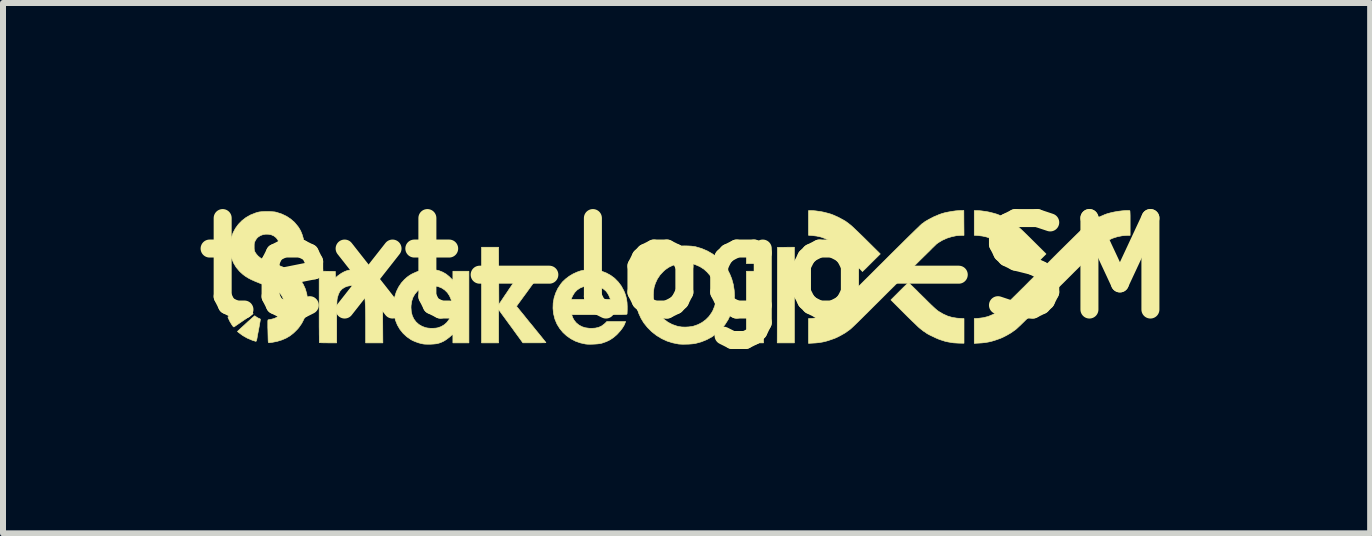
<source format=kicad_pcb>
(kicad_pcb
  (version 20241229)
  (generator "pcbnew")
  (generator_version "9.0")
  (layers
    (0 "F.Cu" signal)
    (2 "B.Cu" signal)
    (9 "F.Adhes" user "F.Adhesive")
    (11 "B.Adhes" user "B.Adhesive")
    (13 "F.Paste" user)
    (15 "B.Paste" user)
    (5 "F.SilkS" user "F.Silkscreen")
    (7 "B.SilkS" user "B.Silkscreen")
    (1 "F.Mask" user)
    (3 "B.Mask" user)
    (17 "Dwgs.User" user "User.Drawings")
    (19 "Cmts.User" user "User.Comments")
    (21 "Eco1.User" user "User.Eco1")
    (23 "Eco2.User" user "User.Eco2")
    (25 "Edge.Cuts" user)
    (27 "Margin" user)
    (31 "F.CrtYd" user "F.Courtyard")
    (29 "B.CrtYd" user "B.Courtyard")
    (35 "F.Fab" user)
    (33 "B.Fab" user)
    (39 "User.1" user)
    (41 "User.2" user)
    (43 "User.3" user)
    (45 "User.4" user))
  (footprint "text-logo-SM"
    (layer "F.Cu")
    (at 8.389 1.418)
    (property "Reference" "text-logo-SM" (at 0 0 0) (layer "F.SilkS") (effects (font (size 1.524 1.524) (thickness 0.3))))
    (attr through_hole)
    (fp_poly (pts (xy 1.283 1.245) (xy 0.997 1.245) (xy 0.997 0.051) (xy 1.283 0.051) (xy 1.283 1.245)) (stroke (width 0.01) (type solid)) (fill yes) (layer "F.SilkS"))
    (fp_poly (pts (xy 1.283 -0.076) (xy 0.997 -0.076) (xy 0.998 -0.211) (xy 1 -0.346) (xy 1.141 -0.348) (xy 1.283 -0.349) (xy 1.283 -0.076)) (stroke (width 0.01) (type solid)) (fill yes) (layer "F.SilkS"))
    (fp_poly (pts (xy 1.797 1.245) (xy 1.511 1.245) (xy 1.513 0.449) (xy 1.514 -0.346) (xy 1.656 -0.348) (xy 1.797 -0.349) (xy 1.797 1.245)) (stroke (width 0.01) (type solid)) (fill yes) (layer "F.SilkS"))
    (fp_poly (pts (xy -7.269 0.621) (xy -7.268 0.636) (xy -7.267 0.645) (xy -7.267 0.646) (xy -7.274 0.648) (xy -7.289 0.651) (xy -7.3 0.654) (xy -7.324 0.659) (xy -7.352 0.665) (xy -7.372 0.669) (xy -7.431 0.682) (xy -7.479 0.692) (xy -7.518 0.701) (xy -7.548 0.708) (xy -7.573 0.713) (xy -7.592 0.718) (xy -7.605 0.721) (xy -7.633 0.727) (xy -7.65 0.73) (xy -7.66 0.728) (xy -7.665 0.724) (xy -7.667 0.719) (xy -7.671 0.701) (xy -7.676 0.676) (xy -7.68 0.65) (xy -7.683 0.627) (xy -7.684 0.615) (xy -7.684 0.597) (xy -7.272 0.597) (xy -7.269 0.621)) (stroke (width 0.01) (type solid)) (fill yes) (layer "F.SilkS"))
    (fp_poly (pts (xy -7.259 0.697) (xy -7.252 0.702) (xy -7.245 0.711) (xy -7.238 0.726) (xy -7.238 0.726) (xy -7.222 0.76) (xy -7.378 0.868) (xy -7.418 0.895) (xy -7.454 0.92) (xy -7.486 0.942) (xy -7.512 0.96) (xy -7.53 0.973) (xy -7.54 0.979) (xy -7.541 0.98) (xy -7.548 0.977) (xy -7.56 0.965) (xy -7.575 0.944) (xy -7.577 0.941) (xy -7.61 0.886) (xy -7.634 0.835) (xy -7.638 0.825) (xy -7.641 0.817) (xy -7.64 0.812) (xy -7.633 0.807) (xy -7.619 0.801) (xy -7.596 0.794) (xy -7.586 0.791) (xy -7.559 0.783) (xy -7.535 0.776) (xy -7.517 0.77) (xy -7.512 0.768) (xy -7.498 0.764) (xy -7.477 0.757) (xy -7.452 0.75) (xy -7.449 0.749) (xy -7.419 0.74) (xy -7.384 0.729) (xy -7.35 0.719) (xy -7.346 0.717) (xy -7.311 0.706) (xy -7.287 0.699) (xy -7.27 0.696) (xy -7.259 0.697)) (stroke (width 0.01) (type solid)) (fill yes) (layer "F.SilkS"))
    (fp_poly (pts (xy -7.169 0.812) (xy -7.149 0.825) (xy -7.128 0.836) (xy -7.121 0.838) (xy -7.107 0.844) (xy -7.101 0.852) (xy -7.102 0.866) (xy -7.103 0.869) (xy -7.106 0.891) (xy -7.112 0.922) (xy -7.118 0.959) (xy -7.125 0.997) (xy -7.132 1.034) (xy -7.134 1.045) (xy -7.139 1.071) (xy -7.146 1.105) (xy -7.152 1.139) (xy -7.154 1.154) (xy -7.16 1.185) (xy -7.165 1.205) (xy -7.17 1.216) (xy -7.175 1.219) (xy -7.186 1.217) (xy -7.204 1.211) (xy -7.228 1.204) (xy -7.236 1.201) (xy -7.319 1.166) (xy -7.396 1.122) (xy -7.461 1.074) (xy -7.483 1.055) (xy -7.468 1.04) (xy -7.451 1.024) (xy -7.428 1.002) (xy -7.4 0.977) (xy -7.37 0.95) (xy -7.339 0.921) (xy -7.308 0.892) (xy -7.278 0.866) (xy -7.252 0.842) (xy -7.232 0.824) (xy -7.217 0.811) (xy -7.212 0.807) (xy -7.195 0.793) (xy -7.169 0.812)) (stroke (width 0.01) (type solid)) (fill yes) (layer "F.SilkS"))
    (fp_poly (pts (xy 2.081 -0.959) (xy 2.112 -0.958) (xy 2.144 -0.955) (xy 2.169 -0.952) (xy 2.194 -0.948) (xy 2.219 -0.945) (xy 2.232 -0.943) (xy 2.249 -0.94) (xy 2.275 -0.935) (xy 2.307 -0.927) (xy 2.34 -0.919) (xy 2.372 -0.91) (xy 2.397 -0.903) (xy 2.425 -0.893) (xy 2.46 -0.879) (xy 2.499 -0.861) (xy 2.518 -0.853) (xy 2.534 -0.845) (xy 2.557 -0.833) (xy 2.582 -0.819) (xy 2.607 -0.806) (xy 2.629 -0.793) (xy 2.645 -0.784) (xy 2.651 -0.78) (xy 2.659 -0.774) (xy 2.674 -0.763) (xy 2.695 -0.748) (xy 2.711 -0.735) (xy 2.729 -0.721) (xy 2.756 -0.698) (xy 2.789 -0.667) (xy 2.829 -0.629) (xy 2.875 -0.585) (xy 2.927 -0.535) (xy 2.983 -0.48) (xy 2.997 -0.466) (xy 3.228 -0.237) (xy 3.08 -0.09) (xy 3.045 -0.055) (xy 3.012 -0.022) (xy 2.984 0.006) (xy 2.96 0.029) (xy 2.943 0.045) (xy 2.933 0.055) (xy 2.931 0.057) (xy 2.927 0.052) (xy 2.914 0.039) (xy 2.895 0.019) (xy 2.869 -0.007) (xy 2.837 -0.039) (xy 2.802 -0.075) (xy 2.762 -0.115) (xy 2.724 -0.153) (xy 2.667 -0.211) (xy 2.617 -0.26) (xy 2.575 -0.302) (xy 2.538 -0.338) (xy 2.506 -0.367) (xy 2.477 -0.391) (xy 2.452 -0.412) (xy 2.428 -0.429) (xy 2.406 -0.444) (xy 2.383 -0.457) (xy 2.368 -0.466) (xy 2.3 -0.497) (xy 2.235 -0.52) (xy 2.166 -0.535) (xy 2.091 -0.544) (xy 2.088 -0.544) (xy 2.032 -0.548) (xy 2.032 -0.959) (xy 2.081 -0.959)) (stroke (width 0.01) (type solid)) (fill yes) (layer "F.SilkS"))
    (fp_poly (pts (xy 4.843 -0.959) (xy 4.874 -0.958) (xy 4.906 -0.955) (xy 4.931 -0.952) (xy 4.957 -0.948) (xy 4.982 -0.945) (xy 4.994 -0.943) (xy 5.011 -0.94) (xy 5.037 -0.935) (xy 5.069 -0.927) (xy 5.102 -0.919) (xy 5.134 -0.91) (xy 5.159 -0.903) (xy 5.187 -0.893) (xy 5.222 -0.879) (xy 5.262 -0.861) (xy 5.28 -0.853) (xy 5.297 -0.845) (xy 5.319 -0.833) (xy 5.344 -0.819) (xy 5.37 -0.806) (xy 5.391 -0.793) (xy 5.407 -0.784) (xy 5.413 -0.78) (xy 5.421 -0.774) (xy 5.436 -0.763) (xy 5.457 -0.748) (xy 5.474 -0.735) (xy 5.492 -0.721) (xy 5.518 -0.698) (xy 5.551 -0.667) (xy 5.592 -0.629) (xy 5.638 -0.585) (xy 5.689 -0.535) (xy 5.745 -0.48) (xy 5.759 -0.466) (xy 5.99 -0.237) (xy 5.842 -0.09) (xy 5.807 -0.055) (xy 5.774 -0.022) (xy 5.746 0.006) (xy 5.723 0.029) (xy 5.706 0.045) (xy 5.696 0.055) (xy 5.694 0.057) (xy 5.689 0.052) (xy 5.677 0.039) (xy 5.657 0.019) (xy 5.631 -0.007) (xy 5.6 -0.039) (xy 5.564 -0.075) (xy 5.524 -0.115) (xy 5.486 -0.153) (xy 5.429 -0.211) (xy 5.38 -0.26) (xy 5.337 -0.302) (xy 5.3 -0.338) (xy 5.268 -0.367) (xy 5.24 -0.391) (xy 5.214 -0.412) (xy 5.191 -0.429) (xy 5.168 -0.444) (xy 5.145 -0.457) (xy 5.13 -0.466) (xy 5.063 -0.497) (xy 4.997 -0.52) (xy 4.929 -0.535) (xy 4.853 -0.544) (xy 4.85 -0.544) (xy 4.794 -0.548) (xy 4.794 -0.959) (xy 4.843 -0.959)) (stroke (width 0.01) (type solid)) (fill yes) (layer "F.SilkS"))
    (fp_poly (pts (xy 3.703 0.246) (xy 3.717 0.258) (xy 3.737 0.278) (xy 3.764 0.304) (xy 3.797 0.336) (xy 3.834 0.372) (xy 3.874 0.413) (xy 3.918 0.456) (xy 3.924 0.462) (xy 3.981 0.518) (xy 4.029 0.566) (xy 4.071 0.607) (xy 4.106 0.64) (xy 4.135 0.667) (xy 4.159 0.688) (xy 4.179 0.705) (xy 4.196 0.717) (xy 4.198 0.719) (xy 4.273 0.763) (xy 4.347 0.797) (xy 4.424 0.82) (xy 4.505 0.833) (xy 4.545 0.836) (xy 4.623 0.84) (xy 4.623 1.251) (xy 4.561 1.25) (xy 4.527 1.249) (xy 4.493 1.247) (xy 4.462 1.245) (xy 4.455 1.245) (xy 4.425 1.241) (xy 4.391 1.235) (xy 4.356 1.229) (xy 4.324 1.222) (xy 4.299 1.216) (xy 4.293 1.213) (xy 4.279 1.209) (xy 4.257 1.202) (xy 4.232 1.194) (xy 4.229 1.193) (xy 4.209 1.186) (xy 4.182 1.175) (xy 4.15 1.161) (xy 4.117 1.145) (xy 4.083 1.129) (xy 4.052 1.114) (xy 4.026 1.1) (xy 4.007 1.09) (xy 3.999 1.084) (xy 3.989 1.076) (xy 3.973 1.065) (xy 3.966 1.061) (xy 3.95 1.051) (xy 3.939 1.043) (xy 3.937 1.041) (xy 3.931 1.036) (xy 3.917 1.025) (xy 3.898 1.011) (xy 3.893 1.006) (xy 3.88 0.996) (xy 3.859 0.977) (xy 3.832 0.951) (xy 3.799 0.919) (xy 3.761 0.883) (xy 3.719 0.842) (xy 3.675 0.799) (xy 3.63 0.754) (xy 3.628 0.752) (xy 3.405 0.529) (xy 3.549 0.385) (xy 3.584 0.35) (xy 3.616 0.318) (xy 3.645 0.29) (xy 3.668 0.268) (xy 3.686 0.252) (xy 3.696 0.243) (xy 3.698 0.241) (xy 3.703 0.246)) (stroke (width 0.01) (type solid)) (fill yes) (layer "F.SilkS"))
    (fp_poly (pts (xy -3.127 0.605) (xy -3.066 0.514) (xy -3.046 0.484) (xy -3.021 0.446) (xy -2.991 0.403) (xy -2.96 0.356) (xy -2.927 0.308) (xy -2.896 0.262) (xy -2.892 0.257) (xy -2.864 0.216) (xy -2.838 0.176) (xy -2.814 0.141) (xy -2.794 0.112) (xy -2.779 0.089) (xy -2.769 0.075) (xy -2.767 0.071) (xy -2.755 0.051) (xy -2.583 0.051) (xy -2.528 0.051) (xy -2.483 0.052) (xy -2.449 0.053) (xy -2.426 0.054) (xy -2.415 0.056) (xy -2.414 0.057) (xy -2.418 0.064) (xy -2.429 0.079) (xy -2.445 0.102) (xy -2.466 0.13) (xy -2.489 0.163) (xy -2.508 0.189) (xy -2.567 0.269) (xy -2.62 0.342) (xy -2.667 0.407) (xy -2.709 0.464) (xy -2.744 0.512) (xy -2.773 0.552) (xy -2.796 0.583) (xy -2.811 0.604) (xy -2.818 0.614) (xy -2.833 0.635) (xy -2.742 0.747) (xy -2.708 0.788) (xy -2.671 0.835) (xy -2.632 0.883) (xy -2.595 0.928) (xy -2.565 0.964) (xy -2.517 1.024) (xy -2.476 1.074) (xy -2.442 1.116) (xy -2.414 1.15) (xy -2.392 1.178) (xy -2.375 1.199) (xy -2.362 1.215) (xy -2.353 1.227) (xy -2.347 1.234) (xy -2.344 1.239) (xy -2.343 1.241) (xy -2.343 1.241) (xy -2.349 1.242) (xy -2.366 1.243) (xy -2.393 1.243) (xy -2.428 1.244) (xy -2.47 1.244) (xy -2.516 1.244) (xy -2.535 1.244) (xy -2.727 1.244) (xy -2.804 1.138) (xy -2.832 1.1) (xy -2.864 1.056) (xy -2.898 1.008) (xy -2.935 0.958) (xy -2.971 0.909) (xy -3.006 0.861) (xy -3.038 0.817) (xy -3.067 0.778) (xy -3.09 0.746) (xy -3.101 0.731) (xy -3.131 0.691) (xy -3.131 1.245) (xy -3.416 1.245) (xy -3.416 -0.349) (xy -3.131 -0.349) (xy -3.127 0.605)) (stroke (width 0.01) (type solid)) (fill yes) (layer "F.SilkS"))
    (fp_poly (pts (xy -5.475 0.029) (xy -5.444 0.03) (xy -5.421 0.031) (xy -5.402 0.034) (xy -5.385 0.037) (xy -5.367 0.043) (xy -5.356 0.047) (xy -5.314 0.062) (xy -5.279 0.078) (xy -5.249 0.096) (xy -5.22 0.119) (xy -5.218 0.121) (xy -5.178 0.158) (xy -5.146 0.197) (xy -5.12 0.24) (xy -5.099 0.291) (xy -5.08 0.352) (xy -5.078 0.359) (xy -5.076 0.37) (xy -5.074 0.381) (xy -5.072 0.393) (xy -5.07 0.408) (xy -5.069 0.426) (xy -5.068 0.448) (xy -5.067 0.476) (xy -5.066 0.51) (xy -5.065 0.552) (xy -5.065 0.602) (xy -5.064 0.662) (xy -5.063 0.732) (xy -5.063 0.814) (xy -5.063 0.827) (xy -5.06 1.245) (xy -5.347 1.245) (xy -5.347 0.951) (xy -5.347 0.854) (xy -5.348 0.769) (xy -5.349 0.694) (xy -5.351 0.63) (xy -5.354 0.574) (xy -5.357 0.527) (xy -5.362 0.487) (xy -5.368 0.453) (xy -5.375 0.425) (xy -5.384 0.402) (xy -5.394 0.382) (xy -5.405 0.364) (xy -5.419 0.349) (xy -5.424 0.344) (xy -5.459 0.318) (xy -5.502 0.3) (xy -5.549 0.291) (xy -5.598 0.291) (xy -5.647 0.3) (xy -5.693 0.317) (xy -5.734 0.343) (xy -5.745 0.352) (xy -5.776 0.387) (xy -5.799 0.433) (xy -5.816 0.487) (xy -5.82 0.505) (xy -5.822 0.519) (xy -5.824 0.537) (xy -5.825 0.559) (xy -5.826 0.586) (xy -5.827 0.618) (xy -5.828 0.659) (xy -5.829 0.707) (xy -5.829 0.765) (xy -5.829 0.834) (xy -5.829 0.903) (xy -5.829 1.245) (xy -5.971 1.245) (xy -6.012 1.244) (xy -6.049 1.244) (xy -6.08 1.243) (xy -6.103 1.242) (xy -6.115 1.241) (xy -6.117 1.24) (xy -6.118 1.234) (xy -6.118 1.215) (xy -6.119 1.185) (xy -6.119 1.146) (xy -6.12 1.097) (xy -6.12 1.04) (xy -6.121 0.976) (xy -6.121 0.905) (xy -6.121 0.828) (xy -6.121 0.747) (xy -6.121 0.662) (xy -6.121 0.643) (xy -6.121 0.051) (xy -5.986 0.052) (xy -5.852 0.054) (xy -5.85 0.106) (xy -5.848 0.158) (xy -5.807 0.125) (xy -5.752 0.086) (xy -5.698 0.057) (xy -5.661 0.043) (xy -5.645 0.038) (xy -5.628 0.034) (xy -5.608 0.032) (xy -5.583 0.03) (xy -5.55 0.029) (xy -5.515 0.029) (xy -5.475 0.029)) (stroke (width 0.01) (type solid)) (fill yes) (layer "F.SilkS"))
    (fp_poly (pts (xy -4.238 0.029) (xy -4.206 0.029) (xy -4.182 0.031) (xy -4.162 0.033) (xy -4.144 0.037) (xy -4.125 0.042) (xy -4.121 0.043) (xy -4.061 0.067) (xy -4.007 0.098) (xy -3.956 0.139) (xy -3.942 0.153) (xy -3.893 0.202) (xy -3.893 0.051) (xy -3.626 0.051) (xy -3.626 1.245) (xy -3.893 1.245) (xy -3.893 1.167) (xy -3.893 1.133) (xy -3.894 1.111) (xy -3.896 1.1) (xy -3.899 1.099) (xy -3.899 1.1) (xy -3.91 1.113) (xy -3.929 1.131) (xy -3.953 1.152) (xy -3.981 1.173) (xy -4.008 1.193) (xy -4.034 1.209) (xy -4.045 1.216) (xy -4.086 1.235) (xy -4.124 1.249) (xy -4.164 1.259) (xy -4.21 1.264) (xy -4.261 1.267) (xy -4.296 1.267) (xy -4.33 1.267) (xy -4.36 1.266) (xy -4.38 1.264) (xy -4.381 1.264) (xy -4.422 1.256) (xy -4.469 1.243) (xy -4.516 1.226) (xy -4.559 1.208) (xy -4.591 1.191) (xy -4.662 1.142) (xy -4.723 1.085) (xy -4.776 1.019) (xy -4.818 0.947) (xy -4.85 0.868) (xy -4.871 0.783) (xy -4.882 0.692) (xy -4.883 0.658) (xy -4.591 0.658) (xy -4.586 0.728) (xy -4.57 0.791) (xy -4.544 0.847) (xy -4.507 0.896) (xy -4.462 0.937) (xy -4.407 0.969) (xy -4.348 0.991) (xy -4.311 0.998) (xy -4.268 1.002) (xy -4.221 1.002) (xy -4.177 0.999) (xy -4.147 0.994) (xy -4.089 0.974) (xy -4.037 0.943) (xy -3.993 0.904) (xy -3.957 0.856) (xy -3.946 0.836) (xy -3.92 0.77) (xy -3.905 0.705) (xy -3.902 0.639) (xy -3.907 0.587) (xy -3.924 0.519) (xy -3.95 0.459) (xy -3.985 0.407) (xy -4.029 0.364) (xy -4.08 0.33) (xy -4.138 0.307) (xy -4.201 0.294) (xy -4.248 0.291) (xy -4.314 0.296) (xy -4.372 0.311) (xy -4.425 0.336) (xy -4.473 0.371) (xy -4.486 0.384) (xy -4.528 0.434) (xy -4.56 0.491) (xy -4.58 0.554) (xy -4.59 0.624) (xy -4.591 0.658) (xy -4.883 0.658) (xy -4.883 0.651) (xy -4.878 0.56) (xy -4.861 0.474) (xy -4.835 0.392) (xy -4.798 0.316) (xy -4.752 0.247) (xy -4.697 0.186) (xy -4.695 0.185) (xy -4.657 0.151) (xy -4.62 0.124) (xy -4.581 0.1) (xy -4.545 0.083) (xy -4.502 0.064) (xy -4.465 0.05) (xy -4.429 0.04) (xy -4.391 0.034) (xy -4.348 0.03) (xy -4.297 0.029) (xy -4.28 0.029) (xy -4.238 0.029)) (stroke (width 0.01) (type solid)) (fill yes) (layer "F.SilkS"))
    (fp_poly (pts (xy 0.025 -0.37) (xy 0.078 -0.367) (xy 0.125 -0.361) (xy 0.15 -0.357) (xy 0.252 -0.327) (xy 0.346 -0.287) (xy 0.433 -0.237) (xy 0.513 -0.176) (xy 0.585 -0.106) (xy 0.649 -0.025) (xy 0.67 0.006) (xy 0.717 0.089) (xy 0.753 0.178) (xy 0.779 0.272) (xy 0.794 0.368) (xy 0.799 0.464) (xy 0.791 0.559) (xy 0.791 0.559) (xy 0.783 0.61) (xy 0.774 0.653) (xy 0.763 0.693) (xy 0.749 0.734) (xy 0.736 0.767) (xy 0.692 0.859) (xy 0.639 0.942) (xy 0.576 1.018) (xy 0.505 1.085) (xy 0.425 1.143) (xy 0.339 1.19) (xy 0.245 1.228) (xy 0.149 1.254) (xy 0.118 1.259) (xy 0.078 1.263) (xy 0.033 1.266) (xy -0.015 1.267) (xy -0.061 1.268) (xy -0.102 1.266) (xy -0.133 1.264) (xy -0.232 1.244) (xy -0.327 1.214) (xy -0.417 1.172) (xy -0.502 1.12) (xy -0.58 1.059) (xy -0.65 0.989) (xy -0.712 0.912) (xy -0.758 0.836) (xy -0.797 0.751) (xy -0.827 0.66) (xy -0.846 0.566) (xy -0.854 0.471) (xy -0.853 0.427) (xy -0.553 0.427) (xy -0.552 0.486) (xy -0.547 0.542) (xy -0.539 0.58) (xy -0.513 0.659) (xy -0.476 0.732) (xy -0.429 0.796) (xy -0.374 0.853) (xy -0.311 0.9) (xy -0.239 0.938) (xy -0.162 0.965) (xy -0.133 0.972) (xy -0.081 0.98) (xy -0.023 0.982) (xy 0.037 0.979) (xy 0.094 0.971) (xy 0.117 0.966) (xy 0.192 0.94) (xy 0.26 0.904) (xy 0.322 0.858) (xy 0.376 0.803) (xy 0.42 0.74) (xy 0.438 0.708) (xy 0.469 0.632) (xy 0.489 0.555) (xy 0.498 0.477) (xy 0.496 0.4) (xy 0.484 0.325) (xy 0.463 0.253) (xy 0.432 0.185) (xy 0.392 0.122) (xy 0.344 0.066) (xy 0.288 0.016) (xy 0.224 -0.025) (xy 0.153 -0.056) (xy 0.131 -0.064) (xy 0.058 -0.08) (xy -0.017 -0.086) (xy -0.08 -0.083) (xy -0.16 -0.068) (xy -0.231 -0.046) (xy -0.296 -0.015) (xy -0.355 0.026) (xy -0.385 0.053) (xy -0.441 0.113) (xy -0.486 0.18) (xy -0.52 0.254) (xy -0.54 0.318) (xy -0.548 0.37) (xy -0.553 0.427) (xy -0.853 0.427) (xy -0.851 0.379) (xy -0.851 0.377) (xy -0.835 0.272) (xy -0.807 0.174) (xy -0.769 0.081) (xy -0.72 -0.005) (xy -0.661 -0.084) (xy -0.592 -0.155) (xy -0.514 -0.218) (xy -0.426 -0.272) (xy -0.4 -0.286) (xy -0.352 -0.307) (xy -0.296 -0.327) (xy -0.237 -0.345) (xy -0.178 -0.359) (xy -0.178 -0.36) (xy -0.136 -0.366) (xy -0.086 -0.37) (xy -0.031 -0.371) (xy 0.025 -0.37)) (stroke (width 0.01) (type solid)) (fill yes) (layer "F.SilkS"))
    (fp_poly (pts (xy -1.531 0.028) (xy -1.499 0.031) (xy -1.415 0.05) (xy -1.337 0.08) (xy -1.264 0.12) (xy -1.197 0.17) (xy -1.138 0.23) (xy -1.087 0.298) (xy -1.046 0.374) (xy -1.031 0.408) (xy -1.012 0.463) (xy -0.999 0.517) (xy -0.991 0.574) (xy -0.988 0.638) (xy -0.988 0.657) (xy -0.988 0.691) (xy -0.989 0.722) (xy -0.99 0.746) (xy -0.991 0.761) (xy -0.992 0.764) (xy -0.993 0.766) (xy -0.997 0.768) (xy -1.002 0.769) (xy -1.011 0.77) (xy -1.024 0.772) (xy -1.042 0.772) (xy -1.066 0.773) (xy -1.097 0.774) (xy -1.136 0.774) (xy -1.183 0.774) (xy -1.24 0.775) (xy -1.307 0.775) (xy -1.385 0.775) (xy -1.455 0.775) (xy -1.913 0.775) (xy -1.908 0.792) (xy -1.895 0.828) (xy -1.874 0.866) (xy -1.847 0.9) (xy -1.839 0.91) (xy -1.794 0.947) (xy -1.743 0.975) (xy -1.686 0.993) (xy -1.62 1.002) (xy -1.583 1.003) (xy -1.521 0.999) (xy -1.467 0.987) (xy -1.419 0.966) (xy -1.375 0.934) (xy -1.354 0.916) (xy -1.328 0.889) (xy -1.015 0.889) (xy -1.02 0.903) (xy -1.037 0.946) (xy -1.065 0.993) (xy -1.101 1.041) (xy -1.144 1.089) (xy -1.163 1.109) (xy -1.218 1.156) (xy -1.273 1.193) (xy -1.334 1.223) (xy -1.402 1.247) (xy -1.419 1.252) (xy -1.446 1.257) (xy -1.483 1.262) (xy -1.525 1.265) (xy -1.569 1.267) (xy -1.613 1.268) (xy -1.651 1.267) (xy -1.682 1.264) (xy -1.683 1.264) (xy -1.77 1.245) (xy -1.852 1.216) (xy -1.928 1.176) (xy -1.998 1.127) (xy -2.06 1.07) (xy -2.113 1.005) (xy -2.158 0.933) (xy -2.191 0.855) (xy -2.196 0.839) (xy -2.217 0.754) (xy -2.225 0.667) (xy -2.222 0.581) (xy -2.211 0.521) (xy -1.924 0.521) (xy -1.269 0.521) (xy -1.273 0.506) (xy -1.284 0.478) (xy -1.299 0.446) (xy -1.318 0.415) (xy -1.337 0.389) (xy -1.348 0.377) (xy -1.39 0.343) (xy -1.435 0.318) (xy -1.485 0.302) (xy -1.542 0.293) (xy -1.594 0.291) (xy -1.629 0.292) (xy -1.656 0.293) (xy -1.679 0.297) (xy -1.702 0.303) (xy -1.718 0.308) (xy -1.776 0.332) (xy -1.825 0.365) (xy -1.865 0.407) (xy -1.897 0.459) (xy -1.913 0.494) (xy -1.924 0.521) (xy -2.211 0.521) (xy -2.207 0.496) (xy -2.18 0.414) (xy -2.143 0.336) (xy -2.094 0.263) (xy -2.065 0.227) (xy -2.015 0.18) (xy -1.956 0.135) (xy -1.891 0.096) (xy -1.823 0.065) (xy -1.765 0.045) (xy -1.727 0.037) (xy -1.681 0.031) (xy -1.63 0.027) (xy -1.579 0.026) (xy -1.531 0.028)) (stroke (width 0.01) (type solid)) (fill yes) (layer "F.SilkS"))
    (fp_poly (pts (xy 4.621 -0.754) (xy 4.623 -0.546) (xy 4.575 -0.546) (xy 4.497 -0.541) (xy 4.417 -0.524) (xy 4.337 -0.499) (xy 4.262 -0.465) (xy 4.194 -0.424) (xy 4.162 -0.4) (xy 4.156 -0.394) (xy 4.141 -0.379) (xy 4.118 -0.357) (xy 4.087 -0.327) (xy 4.05 -0.289) (xy 4.006 -0.246) (xy 3.956 -0.197) (xy 3.9 -0.142) (xy 3.84 -0.082) (xy 3.776 -0.018) (xy 3.707 0.05) (xy 3.635 0.122) (xy 3.56 0.196) (xy 3.483 0.273) (xy 3.467 0.289) (xy 3.372 0.383) (xy 3.286 0.469) (xy 3.209 0.546) (xy 3.138 0.616) (xy 3.075 0.679) (xy 3.019 0.735) (xy 2.969 0.784) (xy 2.925 0.828) (xy 2.887 0.865) (xy 2.854 0.898) (xy 2.825 0.926) (xy 2.8 0.95) (xy 2.78 0.969) (xy 2.762 0.986) (xy 2.748 0.999) (xy 2.736 1.01) (xy 2.725 1.019) (xy 2.717 1.026) (xy 2.709 1.031) (xy 2.703 1.036) (xy 2.696 1.04) (xy 2.681 1.051) (xy 2.67 1.059) (xy 2.667 1.061) (xy 2.657 1.069) (xy 2.638 1.081) (xy 2.612 1.096) (xy 2.582 1.113) (xy 2.551 1.13) (xy 2.52 1.146) (xy 2.492 1.159) (xy 2.469 1.169) (xy 2.464 1.171) (xy 2.392 1.196) (xy 2.329 1.216) (xy 2.27 1.23) (xy 2.212 1.24) (xy 2.154 1.246) (xy 2.119 1.248) (xy 2.032 1.253) (xy 2.032 0.84) (xy 2.1 0.836) (xy 2.186 0.825) (xy 2.266 0.804) (xy 2.345 0.771) (xy 2.397 0.742) (xy 2.425 0.725) (xy 2.452 0.706) (xy 2.475 0.689) (xy 2.48 0.686) (xy 2.488 0.678) (xy 2.504 0.662) (xy 2.529 0.639) (xy 2.561 0.607) (xy 2.599 0.569) (xy 2.645 0.524) (xy 2.696 0.474) (xy 2.752 0.418) (xy 2.814 0.357) (xy 2.879 0.292) (xy 2.949 0.222) (xy 3.022 0.15) (xy 3.097 0.075) (xy 3.175 -0.003) (xy 3.2 -0.028) (xy 3.279 -0.106) (xy 3.355 -0.182) (xy 3.429 -0.256) (xy 3.5 -0.326) (xy 3.567 -0.392) (xy 3.629 -0.454) (xy 3.687 -0.511) (xy 3.74 -0.563) (xy 3.787 -0.609) (xy 3.828 -0.649) (xy 3.863 -0.682) (xy 3.889 -0.708) (xy 3.909 -0.726) (xy 3.919 -0.736) (xy 3.921 -0.737) (xy 3.939 -0.749) (xy 3.951 -0.758) (xy 3.956 -0.762) (xy 3.964 -0.769) (xy 3.981 -0.78) (xy 4.005 -0.794) (xy 4.033 -0.81) (xy 4.063 -0.826) (xy 4.092 -0.841) (xy 4.117 -0.854) (xy 4.138 -0.863) (xy 4.138 -0.863) (xy 4.162 -0.873) (xy 4.184 -0.882) (xy 4.198 -0.889) (xy 4.201 -0.89) (xy 4.245 -0.906) (xy 4.299 -0.922) (xy 4.36 -0.935) (xy 4.423 -0.946) (xy 4.486 -0.955) (xy 4.546 -0.959) (xy 4.564 -0.96) (xy 4.62 -0.961) (xy 4.621 -0.754)) (stroke (width 0.01) (type solid)) (fill yes) (layer "F.SilkS"))
    (fp_poly (pts (xy 7.383 -0.959) (xy 7.386 -0.957) (xy 7.388 -0.948) (xy 7.389 -0.932) (xy 7.39 -0.907) (xy 7.391 -0.874) (xy 7.391 -0.83) (xy 7.391 -0.775) (xy 7.391 -0.752) (xy 7.391 -0.546) (xy 7.341 -0.546) (xy 7.26 -0.54) (xy 7.179 -0.524) (xy 7.098 -0.498) (xy 7.022 -0.464) (xy 6.953 -0.422) (xy 6.925 -0.4) (xy 6.918 -0.394) (xy 6.903 -0.379) (xy 6.88 -0.357) (xy 6.849 -0.327) (xy 6.812 -0.289) (xy 6.768 -0.246) (xy 6.718 -0.197) (xy 6.663 -0.142) (xy 6.602 -0.082) (xy 6.538 -0.018) (xy 6.469 0.05) (xy 6.397 0.122) (xy 6.323 0.196) (xy 6.245 0.273) (xy 6.229 0.289) (xy 6.135 0.383) (xy 6.049 0.469) (xy 5.971 0.546) (xy 5.901 0.616) (xy 5.838 0.679) (xy 5.781 0.735) (xy 5.731 0.784) (xy 5.688 0.828) (xy 5.649 0.865) (xy 5.616 0.898) (xy 5.587 0.926) (xy 5.563 0.95) (xy 5.542 0.969) (xy 5.524 0.986) (xy 5.51 0.999) (xy 5.498 1.01) (xy 5.488 1.019) (xy 5.479 1.026) (xy 5.472 1.031) (xy 5.465 1.036) (xy 5.459 1.04) (xy 5.443 1.051) (xy 5.432 1.059) (xy 5.429 1.061) (xy 5.419 1.069) (xy 5.4 1.081) (xy 5.374 1.096) (xy 5.345 1.113) (xy 5.313 1.13) (xy 5.282 1.146) (xy 5.254 1.159) (xy 5.231 1.169) (xy 5.226 1.171) (xy 5.155 1.196) (xy 5.091 1.216) (xy 5.032 1.23) (xy 4.975 1.24) (xy 4.916 1.246) (xy 4.882 1.248) (xy 4.794 1.253) (xy 4.794 0.84) (xy 4.862 0.836) (xy 4.948 0.825) (xy 5.029 0.804) (xy 5.107 0.771) (xy 5.159 0.742) (xy 5.187 0.725) (xy 5.214 0.706) (xy 5.237 0.689) (xy 5.242 0.686) (xy 5.25 0.678) (xy 5.267 0.662) (xy 5.291 0.639) (xy 5.323 0.607) (xy 5.362 0.569) (xy 5.407 0.524) (xy 5.458 0.474) (xy 5.515 0.418) (xy 5.576 0.357) (xy 5.642 0.292) (xy 5.711 0.222) (xy 5.784 0.15) (xy 5.86 0.075) (xy 5.938 -0.003) (xy 5.963 -0.028) (xy 6.041 -0.106) (xy 6.117 -0.182) (xy 6.191 -0.256) (xy 6.262 -0.326) (xy 6.329 -0.392) (xy 6.392 -0.454) (xy 6.45 -0.511) (xy 6.503 -0.563) (xy 6.55 -0.609) (xy 6.591 -0.649) (xy 6.625 -0.682) (xy 6.652 -0.708) (xy 6.671 -0.726) (xy 6.682 -0.736) (xy 6.683 -0.737) (xy 6.701 -0.749) (xy 6.714 -0.758) (xy 6.718 -0.762) (xy 6.727 -0.769) (xy 6.744 -0.78) (xy 6.767 -0.794) (xy 6.795 -0.81) (xy 6.825 -0.826) (xy 6.854 -0.841) (xy 6.88 -0.854) (xy 6.9 -0.863) (xy 6.9 -0.863) (xy 6.925 -0.873) (xy 6.946 -0.882) (xy 6.96 -0.889) (xy 6.963 -0.89) (xy 7.009 -0.907) (xy 7.065 -0.922) (xy 7.127 -0.936) (xy 7.191 -0.947) (xy 7.256 -0.955) (xy 7.316 -0.96) (xy 7.37 -0.96) (xy 7.383 -0.959)) (stroke (width 0.01) (type solid)) (fill yes) (layer "F.SilkS"))
    (fp_poly (pts (xy -6.941 -0.943) (xy -6.897 -0.94) (xy -6.86 -0.937) (xy -6.833 -0.931) (xy -6.744 -0.902) (xy -6.664 -0.864) (xy -6.594 -0.817) (xy -6.531 -0.762) (xy -6.477 -0.697) (xy -6.463 -0.678) (xy -6.431 -0.624) (xy -6.406 -0.564) (xy -6.386 -0.497) (xy -6.371 -0.42) (xy -6.365 -0.379) (xy -6.361 -0.343) (xy -6.566 -0.344) (xy -6.771 -0.346) (xy -6.779 -0.385) (xy -6.792 -0.433) (xy -6.811 -0.472) (xy -6.836 -0.505) (xy -6.841 -0.51) (xy -6.876 -0.537) (xy -6.919 -0.556) (xy -6.965 -0.565) (xy -7.012 -0.566) (xy -7.059 -0.558) (xy -7.102 -0.542) (xy -7.14 -0.517) (xy -7.158 -0.499) (xy -7.168 -0.486) (xy -7.18 -0.467) (xy -7.187 -0.454) (xy -7.195 -0.438) (xy -7.2 -0.423) (xy -7.203 -0.406) (xy -7.204 -0.382) (xy -7.204 -0.359) (xy -7.204 -0.328) (xy -7.202 -0.306) (xy -7.199 -0.29) (xy -7.193 -0.274) (xy -7.187 -0.263) (xy -7.166 -0.232) (xy -7.138 -0.201) (xy -7.105 -0.174) (xy -7.08 -0.158) (xy -7.062 -0.15) (xy -7.036 -0.139) (xy -7.007 -0.127) (xy -6.985 -0.119) (xy -6.955 -0.107) (xy -6.926 -0.096) (xy -6.901 -0.087) (xy -6.89 -0.083) (xy -6.872 -0.076) (xy -6.846 -0.066) (xy -6.816 -0.054) (xy -6.792 -0.045) (xy -6.712 -0.012) (xy -6.643 0.022) (xy -6.583 0.058) (xy -6.53 0.096) (xy -6.49 0.133) (xy -6.433 0.197) (xy -6.387 0.268) (xy -6.352 0.344) (xy -6.328 0.427) (xy -6.317 0.495) (xy -6.313 0.584) (xy -6.321 0.672) (xy -6.341 0.758) (xy -6.371 0.841) (xy -6.411 0.919) (xy -6.461 0.991) (xy -6.49 1.024) (xy -6.548 1.081) (xy -6.608 1.128) (xy -6.673 1.166) (xy -6.743 1.196) (xy -6.821 1.22) (xy -6.908 1.237) (xy -6.939 1.241) (xy -6.956 1.243) (xy -6.964 1.24) (xy -6.968 1.233) (xy -6.969 1.23) (xy -6.97 1.22) (xy -6.971 1.2) (xy -6.972 1.17) (xy -6.973 1.132) (xy -6.974 1.089) (xy -6.975 1.043) (xy -6.975 1.04) (xy -6.977 0.986) (xy -6.977 0.944) (xy -6.977 0.912) (xy -6.977 0.889) (xy -6.976 0.874) (xy -6.974 0.865) (xy -6.971 0.861) (xy -6.971 0.861) (xy -6.961 0.859) (xy -6.942 0.856) (xy -6.921 0.852) (xy -6.867 0.838) (xy -6.818 0.813) (xy -6.775 0.777) (xy -6.741 0.734) (xy -6.726 0.706) (xy -6.718 0.688) (xy -6.713 0.672) (xy -6.71 0.654) (xy -6.709 0.63) (xy -6.709 0.603) (xy -6.712 0.555) (xy -6.719 0.516) (xy -6.732 0.481) (xy -6.753 0.447) (xy -6.761 0.435) (xy -6.776 0.417) (xy -6.793 0.4) (xy -6.814 0.384) (xy -6.839 0.368) (xy -6.87 0.351) (xy -6.907 0.333) (xy -6.953 0.313) (xy -7.008 0.291) (xy -7.073 0.265) (xy -7.118 0.248) (xy -7.189 0.219) (xy -7.25 0.192) (xy -7.302 0.165) (xy -7.347 0.137) (xy -7.389 0.106) (xy -7.428 0.071) (xy -7.449 0.051) (xy -7.503 -0.013) (xy -7.546 -0.084) (xy -7.578 -0.159) (xy -7.598 -0.24) (xy -7.607 -0.326) (xy -7.607 -0.346) (xy -7.601 -0.432) (xy -7.583 -0.515) (xy -7.554 -0.593) (xy -7.515 -0.665) (xy -7.466 -0.732) (xy -7.408 -0.791) (xy -7.341 -0.843) (xy -7.266 -0.886) (xy -7.183 -0.919) (xy -7.144 -0.931) (xy -7.116 -0.937) (xy -7.078 -0.941) (xy -7.034 -0.943) (xy -6.988 -0.944) (xy -6.941 -0.943)) (stroke (width 0.01) (type solid)) (fill yes) (layer "F.SilkS")))
  (gr_rect
    (start -3 -3)
    (end 19.779 5.836)
    (stroke (width 0.1) (type default))
    (fill no)
    (layer "Edge.Cuts")))
</source>
